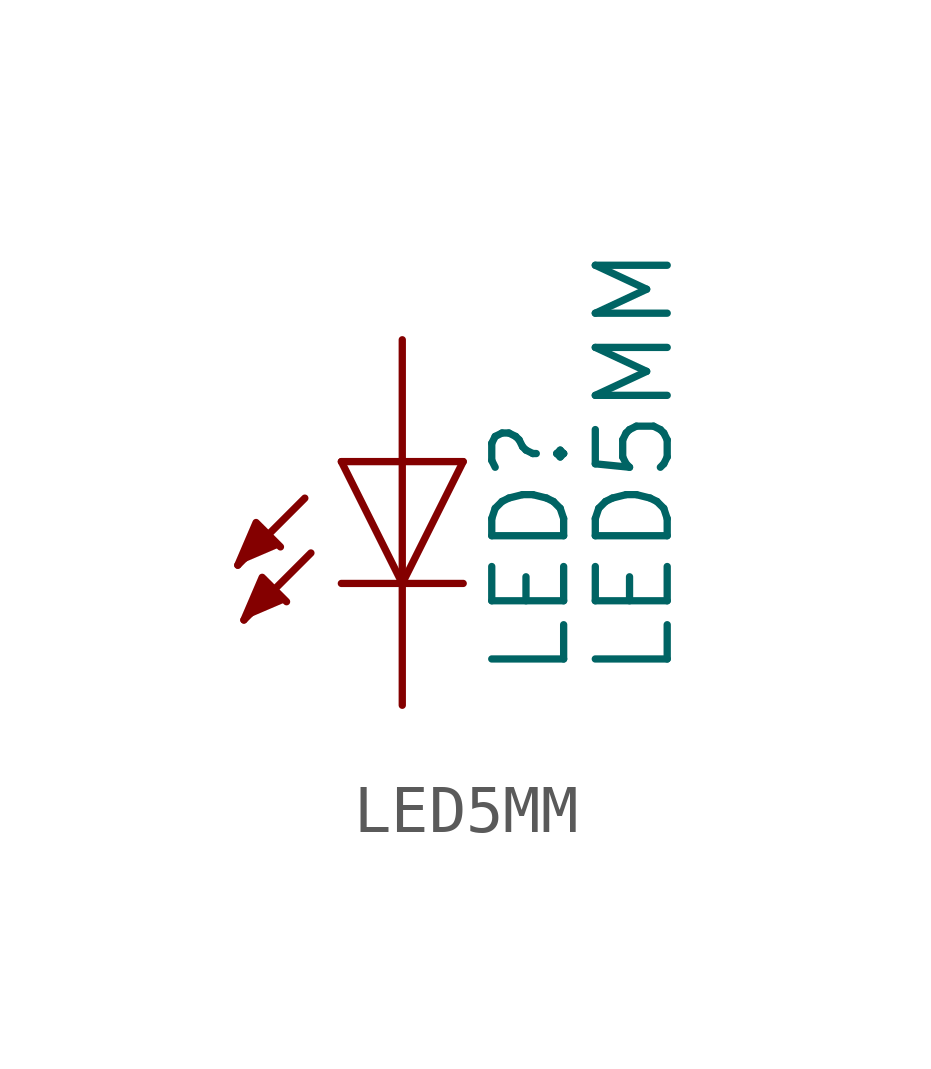
<source format=kicad_sym>
(kicad_symbol_lib
  (version 20211014)
  (generator kicad_symbol_editor)
  (symbol "LED5MM"
    (pin_names
      (offset 1.016))
    (property "Reference" "LED"
      (at 3.556 -4.572 90)
      (effects (font (size 1.499 1.499)) (justify left bottom)))
    (property "Value" "LED5MM"
      (at 5.715 -4.572 90)
      (effects (font (size 1.499 1.499)) (justify left bottom)))
    (property "ki_locked" ""
      (at 0 0 0)
      (effects (font (size 1.27 1.27))))
    (symbol "LED5MM_1_0"
      (polyline (pts (xy -2.032 -0.762) (xy -3.429 -2.159)) (stroke (width 0) (type default) (color 0 0 0 0)) (fill (type none)))
      (polyline (pts (xy -1.905 -1.905) (xy -3.302 -3.302)) (stroke (width 0) (type default) (color 0 0 0 0)) (fill (type none)))
      (polyline (pts (xy 0 -2.54) (xy -1.27 -2.54)) (stroke (width 0) (type default) (color 0 0 0 0)) (fill (type none)))
      (polyline (pts (xy 0 -2.54) (xy -1.27 0)) (stroke (width 0) (type default) (color 0 0 0 0)) (fill (type none)))
      (polyline (pts (xy 0 0) (xy -1.27 0)) (stroke (width 0) (type default) (color 0 0 0 0)) (fill (type none)))
      (polyline (pts (xy 0 0) (xy 0 -2.54)) (stroke (width 0) (type default) (color 0 0 0 0)) (fill (type none)))
      (polyline (pts (xy 1.27 -2.54) (xy 0 -2.54)) (stroke (width 0) (type default) (color 0 0 0 0)) (fill (type none)))
      (polyline (pts (xy 1.27 0) (xy 0 -2.54)) (stroke (width 0) (type default) (color 0 0 0 0)) (fill (type none)))
      (polyline (pts (xy 1.27 0) (xy 0 0)) (stroke (width 0) (type default) (color 0 0 0 0)) (fill (type none)))
      (polyline (pts (xy -3.429 -2.159) (xy -3.048 -1.27) (xy -2.54 -1.778)) (stroke (width 0) (type default) (color 0 0 0 0)) (fill (type outline)))
      (polyline (pts (xy -3.302 -3.302) (xy -2.921 -2.413) (xy -2.413 -2.921)) (stroke (width 0) (type default) (color 0 0 0 0)) (fill (type outline)))
      (pin passive line (at 0 2.54 270) (length 2.54) (name "A" (effects (font (size 0 0)))) (number "A" (effects (font (size 0 0)))))
      (pin passive line (at 0 -5.08 90) (length 2.54) (name "C" (effects (font (size 0 0)))) (number "K" (effects (font (size 0 0))))))))
</source>
